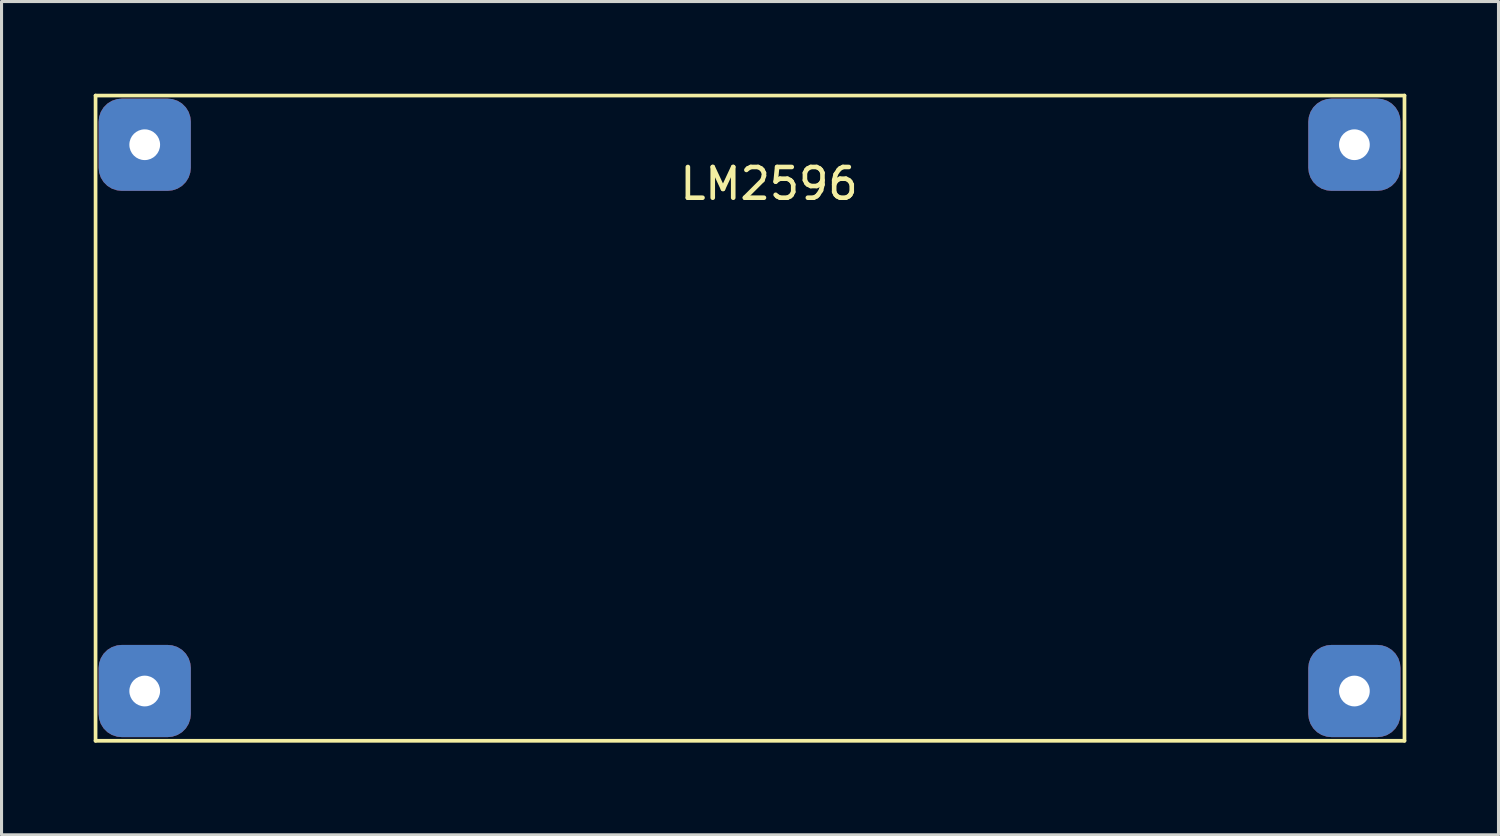
<source format=kicad_pcb>
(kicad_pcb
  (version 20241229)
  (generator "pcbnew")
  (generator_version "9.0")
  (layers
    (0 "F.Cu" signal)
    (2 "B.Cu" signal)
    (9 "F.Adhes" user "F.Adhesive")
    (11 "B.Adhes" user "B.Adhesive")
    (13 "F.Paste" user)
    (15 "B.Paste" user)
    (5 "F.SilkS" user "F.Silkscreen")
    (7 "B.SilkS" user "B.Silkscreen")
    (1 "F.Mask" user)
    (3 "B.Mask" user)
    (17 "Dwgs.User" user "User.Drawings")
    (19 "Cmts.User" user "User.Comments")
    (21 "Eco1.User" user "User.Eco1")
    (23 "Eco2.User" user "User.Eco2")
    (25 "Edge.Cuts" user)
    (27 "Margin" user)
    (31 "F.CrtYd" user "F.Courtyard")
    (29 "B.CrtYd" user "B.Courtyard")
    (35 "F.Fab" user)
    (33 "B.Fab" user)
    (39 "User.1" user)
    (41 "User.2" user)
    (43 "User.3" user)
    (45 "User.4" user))
  (footprint "LM2596"
    (layer "F.Cu")
    (at 1.66 1.66)
    (property "Reference" "LM2596" (at 20.32 1.27 0) (layer "F.SilkS") (effects (font (size 1 1) (thickness 0.15))))
    (attr through_hole)
    (fp_line (start -1.6 -1.6) (end -1.6 19.4) (stroke (width 0.12) (type solid)) (layer "F.SilkS"))
    (fp_line (start -1.6 19.4) (end 41 19.4) (stroke (width 0.12) (type solid)) (layer "F.SilkS"))
    (fp_line (start 41 -1.6) (end -1.6 -1.6) (stroke (width 0.12) (type solid)) (layer "F.SilkS"))
    (fp_line (start 41 19.4) (end 41 -1.6) (stroke (width 0.12) (type solid)) (layer "F.SilkS"))
    (pad "1" thru_hole roundrect (at 0 0) (size 3 3) (drill 1) (layers "*.Cu" "*.Mask") (roundrect_rratio 0.25))
    (pad "2" thru_hole roundrect (at 0 17.78) (size 3 3) (drill 1) (layers "*.Cu" "*.Mask") (roundrect_rratio 0.25))
    (pad "3" thru_hole roundrect (at 39.37 0) (size 3 3) (drill 1) (layers "*.Cu" "*.Mask") (roundrect_rratio 0.25))
    (pad "4" thru_hole roundrect (at 39.37 17.78) (size 3 3) (drill 1) (layers "*.Cu" "*.Mask") (roundrect_rratio 0.25)))
  (gr_rect
    (start -3 -3)
    (end 45.72 24.12)
    (stroke (width 0.1) (type default))
    (fill no)
    (layer "Edge.Cuts")))
</source>
